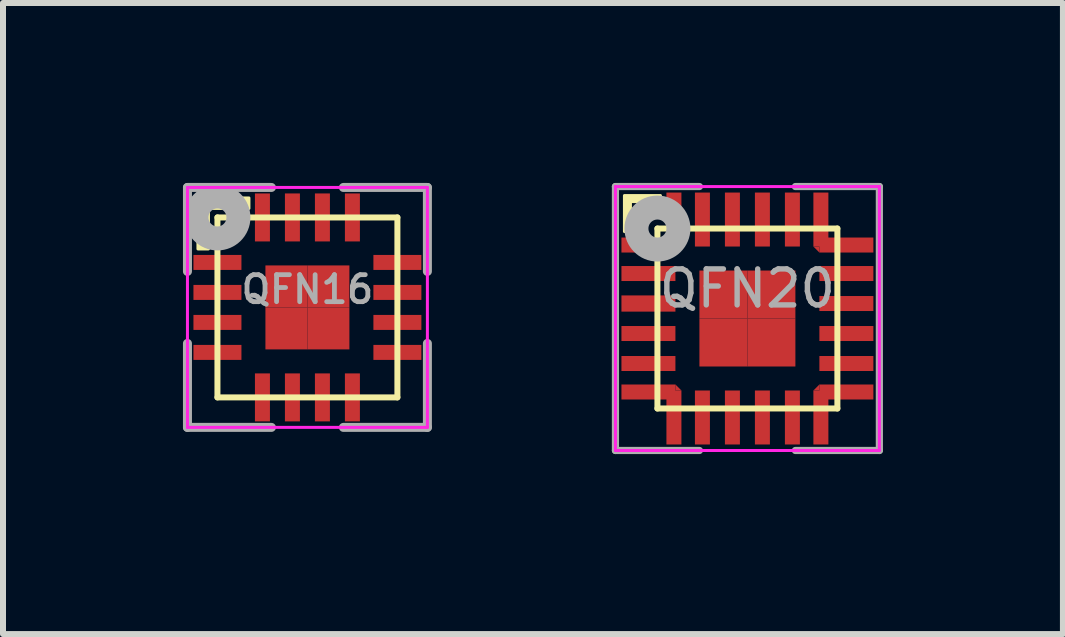
<source format=kicad_pcb>
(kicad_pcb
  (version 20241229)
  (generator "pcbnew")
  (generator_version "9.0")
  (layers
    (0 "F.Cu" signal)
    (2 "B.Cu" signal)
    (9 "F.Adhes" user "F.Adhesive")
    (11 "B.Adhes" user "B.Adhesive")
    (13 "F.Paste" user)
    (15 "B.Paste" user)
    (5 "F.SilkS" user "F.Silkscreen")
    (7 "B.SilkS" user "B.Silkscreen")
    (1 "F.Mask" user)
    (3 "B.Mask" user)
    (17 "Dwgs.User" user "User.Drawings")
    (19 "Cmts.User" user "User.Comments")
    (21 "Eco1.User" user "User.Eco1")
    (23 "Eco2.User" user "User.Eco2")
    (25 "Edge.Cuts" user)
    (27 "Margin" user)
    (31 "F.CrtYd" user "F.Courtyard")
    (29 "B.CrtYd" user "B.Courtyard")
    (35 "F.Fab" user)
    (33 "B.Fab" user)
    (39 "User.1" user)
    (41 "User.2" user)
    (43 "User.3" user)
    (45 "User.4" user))
  (footprint "QFN20"
    (layer "F.Cu")
    (at 9.41 2.26)
    (property "Reference" "QFN20" (at 0 -0.5 0) (layer "F.Fab") (effects (font (size 0.6 0.6) (thickness 0.09))))
    (attr smd)
    (fp_line (start -1.5 -1.5) (end 1.5 -1.5) (stroke (width 0.1) (type solid)) (layer "F.SilkS"))
    (fp_line (start -1.5 1.5) (end -1.5 -1.5) (stroke (width 0.1) (type solid)) (layer "F.SilkS"))
    (fp_line (start 1.5 -1.5) (end 1.5 1.5) (stroke (width 0.1) (type solid)) (layer "F.SilkS"))
    (fp_line (start 1.5 1.5) (end -1.5 1.5) (stroke (width 0.1) (type solid)) (layer "F.SilkS"))
    (fp_poly (pts (xy -1.45 -1.95) (xy -1.95 -1.95) (xy -1.95 -1.45) (xy -2.05 -1.45) (xy -2.05 -2.05) (xy -1.45 -2.05)) (stroke (width 0.05) (type solid)) (fill yes) (layer "F.SilkS"))
    (fp_line (start -2.2 -2.2) (end 2.2 -2.2) (stroke (width 0.05) (type solid)) (layer "F.CrtYd"))
    (fp_line (start -2.2 2.2) (end -2.2 -2.2) (stroke (width 0.05) (type solid)) (layer "F.CrtYd"))
    (fp_line (start 2.2 -2.2) (end 2.2 2.2) (stroke (width 0.05) (type solid)) (layer "F.CrtYd"))
    (fp_line (start 2.2 2.2) (end -2.2 2.2) (stroke (width 0.05) (type solid)) (layer "F.CrtYd"))
    (fp_line (start -2.2 -2.2) (end -2.2 2.2) (stroke (width 0.12) (type solid)) (layer "F.Fab"))
    (fp_line (start -2.2 2.2) (end -0.8 2.2) (stroke (width 0.12) (type solid)) (layer "F.Fab"))
    (fp_line (start -0.8 -2.2) (end -2.2 -2.2) (stroke (width 0.12) (type solid)) (layer "F.Fab"))
    (fp_line (start 0.8 2.2) (end 2.2 2.2) (stroke (width 0.12) (type solid)) (layer "F.Fab"))
    (fp_line (start 2.2 -2.2) (end 0.8 -2.2) (stroke (width 0.12) (type solid)) (layer "F.Fab"))
    (fp_line (start 2.2 2.2) (end 2.2 -2.2) (stroke (width 0.12) (type solid)) (layer "F.Fab"))
    (fp_circle (center -1.5 -1.5) (end -1.35 -1.5) (stroke (width 0.4) (type solid)) (fill no) (layer "F.Fab"))
    (pad "0" smd rect (at -0.4 -0.4) (size 0.8 0.8) (layers "F.Cu" "F.Mask" "F.Paste"))
    (pad "0" smd rect (at -0.4 0.4) (size 0.8 0.8) (layers "F.Cu" "F.Mask" "F.Paste"))
    (pad "0" smd rect (at 0.4 -0.4) (size 0.8 0.8) (layers "F.Cu" "F.Mask" "F.Paste"))
    (pad "0" smd rect (at 0.4 0.4) (size 0.8 0.8) (layers "F.Cu" "F.Mask" "F.Paste"))
    (pad "1" smd rect (at -1.65 -1.225) (size 0.9 0.25) (layers "F.Cu" "F.Mask" "F.Paste"))
    (pad "1" smd rect (at -1.225 -1.65 90) (size 0.9 0.25) (layers "F.Cu" "F.Mask" "F.Paste"))
    (pad "1" smd trapezoid (at -1.175 -1.175 45) (size 0.071 0.071) (rect_delta 0 0.071) (layers "F.Cu" "F.Mask" "F.Paste"))
    (pad "2" smd rect (at -1.65 -0.75) (size 0.9 0.25) (layers "F.Cu" "F.Mask" "F.Paste"))
    (pad "3" smd rect (at -1.65 -0.25) (size 0.9 0.27) (layers "F.Cu" "F.Mask" "F.Paste"))
    (pad "4" smd rect (at -1.65 0.25) (size 0.9 0.25) (layers "F.Cu" "F.Mask" "F.Paste"))
    (pad "5" smd rect (at -1.65 0.75) (size 0.9 0.25) (layers "F.Cu" "F.Mask" "F.Paste"))
    (pad "6" smd rect (at -1.65 1.225 180) (size 0.9 0.25) (layers "F.Cu" "F.Mask" "F.Paste"))
    (pad "6" smd rect (at -1.225 1.65 90) (size 0.9 0.25) (layers "F.Cu" "F.Mask" "F.Paste"))
    (pad "6" smd trapezoid (at -1.175 1.175 135) (size 0.071 0.071) (rect_delta 0 0.071) (layers "F.Cu" "F.Mask" "F.Paste"))
    (pad "7" smd rect (at -0.75 1.65 90) (size 0.9 0.25) (layers "F.Cu" "F.Mask" "F.Paste"))
    (pad "8" smd rect (at -0.25 1.65 90) (size 0.9 0.25) (layers "F.Cu" "F.Mask" "F.Paste"))
    (pad "9" smd rect (at 0.25 1.65 90) (size 0.9 0.25) (layers "F.Cu" "F.Mask" "F.Paste"))
    (pad "10" smd rect (at 0.75 1.65 90) (size 0.9 0.25) (layers "F.Cu" "F.Mask" "F.Paste"))
    (pad "11" smd trapezoid (at 1.175 1.175 225) (size 0.071 0.071) (rect_delta 0 0.071) (layers "F.Cu" "F.Mask" "F.Paste"))
    (pad "11" smd rect (at 1.225 1.65 270) (size 0.9 0.25) (layers "F.Cu" "F.Mask" "F.Paste"))
    (pad "11" smd rect (at 1.65 1.225 180) (size 0.9 0.25) (layers "F.Cu" "F.Mask" "F.Paste"))
    (pad "12" smd rect (at 1.65 0.75 180) (size 0.9 0.25) (layers "F.Cu" "F.Mask" "F.Paste"))
    (pad "13" smd rect (at 1.65 0.25 180) (size 0.9 0.25) (layers "F.Cu" "F.Mask" "F.Paste"))
    (pad "14" smd rect (at 1.65 -0.25 180) (size 0.9 0.25) (layers "F.Cu" "F.Mask" "F.Paste"))
    (pad "15" smd rect (at 1.65 -0.75 180) (size 0.9 0.25) (layers "F.Cu" "F.Mask" "F.Paste"))
    (pad "16" smd trapezoid (at 1.175 -1.175 315) (size 0.071 0.071) (rect_delta 0 0.071) (layers "F.Cu" "F.Mask" "F.Paste"))
    (pad "16" smd rect (at 1.225 -1.65 270) (size 0.9 0.25) (layers "F.Cu" "F.Mask" "F.Paste"))
    (pad "16" smd rect (at 1.65 -1.225) (size 0.9 0.25) (layers "F.Cu" "F.Mask" "F.Paste"))
    (pad "17" smd rect (at 0.75 -1.65 270) (size 0.9 0.25) (layers "F.Cu" "F.Mask" "F.Paste"))
    (pad "18" smd rect (at 0.25 -1.65 270) (size 0.9 0.25) (layers "F.Cu" "F.Mask" "F.Paste"))
    (pad "19" smd rect (at -0.25 -1.65 270) (size 0.9 0.25) (layers "F.Cu" "F.Mask" "F.Paste"))
    (pad "20" smd rect (at -0.75 -1.65 270) (size 0.9 0.25) (layers "F.Cu" "F.Mask" "F.Paste")))
  (footprint "QFN16"
    (layer "F.Cu")
    (at 2.075 2.075)
    (property "Reference" "QFN16" (at 0 -0.3 0) (layer "F.Fab") (effects (font (size 0.45 0.45) (thickness 0.08))))
    (attr smd)
    (fp_line (start -1.5 -1.5) (end 1.5 -1.5) (stroke (width 0.1) (type solid)) (layer "F.SilkS"))
    (fp_line (start -1.5 1.5) (end -1.5 -1.5) (stroke (width 0.1) (type solid)) (layer "F.SilkS"))
    (fp_line (start -1.5 1.5) (end 1.5 1.5) (stroke (width 0.1) (type solid)) (layer "F.SilkS"))
    (fp_line (start 1.5 1.5) (end 1.5 -1.5) (stroke (width 0.1) (type solid)) (layer "F.SilkS"))
    (fp_poly (pts (xy -0.975 -1.65) (xy -1.65 -1.65) (xy -1.65 -0.975) (xy -1.825 -0.975) (xy -1.825 -1.825) (xy -0.975 -1.825)) (stroke (width 0.05) (type solid)) (fill yes) (layer "F.SilkS"))
    (fp_line (start -2 2) (end -2 -2) (stroke (width 0.05) (type solid)) (layer "F.CrtYd"))
    (fp_line (start -2 2) (end 2 2) (stroke (width 0.05) (type solid)) (layer "F.CrtYd"))
    (fp_line (start 2 -2) (end -2 -2) (stroke (width 0.05) (type solid)) (layer "F.CrtYd"))
    (fp_line (start 2 -2) (end 2 2) (stroke (width 0.05) (type solid)) (layer "F.CrtYd"))
    (fp_line (start -2 -2) (end -2 -0.6) (stroke (width 0.15) (type solid)) (layer "F.Fab"))
    (fp_line (start -2 -2) (end -0.6 -2) (stroke (width 0.15) (type solid)) (layer "F.Fab"))
    (fp_line (start -2 2) (end -2 0.6) (stroke (width 0.15) (type solid)) (layer "F.Fab"))
    (fp_line (start -2 2) (end -0.6 2) (stroke (width 0.15) (type solid)) (layer "F.Fab"))
    (fp_line (start 2 -2) (end 0.6 -2) (stroke (width 0.15) (type solid)) (layer "F.Fab"))
    (fp_line (start 2 -2) (end 2 -0.6) (stroke (width 0.15) (type solid)) (layer "F.Fab"))
    (fp_line (start 2 2) (end 0.6 2) (stroke (width 0.15) (type solid)) (layer "F.Fab"))
    (fp_line (start 2 2) (end 2 0.6) (stroke (width 0.15) (type solid)) (layer "F.Fab"))
    (fp_circle (center -1.5 -1.5) (end -1.35 -1.5) (stroke (width 0.4) (type solid)) (fill no) (layer "F.Fab"))
    (pad "0" smd rect (at -0.35 -0.35) (size 0.7 0.7) (layers "F.Cu" "F.Mask" "F.Paste"))
    (pad "0" smd rect (at -0.35 0.35) (size 0.7 0.7) (layers "F.Cu" "F.Mask" "F.Paste"))
    (pad "0" smd rect (at 0.35 -0.35) (size 0.7 0.7) (layers "F.Cu" "F.Mask" "F.Paste"))
    (pad "0" smd rect (at 0.35 0.35) (size 0.7 0.7) (layers "F.Cu" "F.Mask" "F.Paste"))
    (pad "1" smd rect (at -1.5 -0.75) (size 0.8 0.25) (layers "F.Cu" "F.Mask" "F.Paste"))
    (pad "2" smd rect (at -1.5 -0.25) (size 0.8 0.25) (layers "F.Cu" "F.Mask" "F.Paste"))
    (pad "3" smd rect (at -1.5 0.25) (size 0.8 0.25) (layers "F.Cu" "F.Mask" "F.Paste"))
    (pad "4" smd rect (at -1.5 0.75) (size 0.8 0.25) (layers "F.Cu" "F.Mask" "F.Paste"))
    (pad "5" smd rect (at -0.75 1.5 90) (size 0.8 0.25) (layers "F.Cu" "F.Mask" "F.Paste"))
    (pad "6" smd rect (at -0.25 1.5 90) (size 0.8 0.25) (layers "F.Cu" "F.Mask" "F.Paste"))
    (pad "7" smd rect (at 0.25 1.5 90) (size 0.8 0.25) (layers "F.Cu" "F.Mask" "F.Paste"))
    (pad "8" smd rect (at 0.75 1.5 90) (size 0.8 0.25) (layers "F.Cu" "F.Mask" "F.Paste"))
    (pad "9" smd rect (at 1.5 0.75) (size 0.8 0.25) (layers "F.Cu" "F.Mask" "F.Paste"))
    (pad "10" smd rect (at 1.5 0.25) (size 0.8 0.25) (layers "F.Cu" "F.Mask" "F.Paste"))
    (pad "11" smd rect (at 1.5 -0.25) (size 0.8 0.25) (layers "F.Cu" "F.Mask" "F.Paste"))
    (pad "12" smd rect (at 1.5 -0.75) (size 0.8 0.25) (layers "F.Cu" "F.Mask" "F.Paste"))
    (pad "13" smd rect (at 0.75 -1.5 90) (size 0.8 0.25) (layers "F.Cu" "F.Mask" "F.Paste"))
    (pad "14" smd rect (at 0.25 -1.5 90) (size 0.8 0.25) (layers "F.Cu" "F.Mask" "F.Paste"))
    (pad "15" smd rect (at -0.25 -1.5 90) (size 0.8 0.25) (layers "F.Cu" "F.Mask" "F.Paste"))
    (pad "16" smd rect (at -0.75 -1.5 90) (size 0.8 0.25) (layers "F.Cu" "F.Mask" "F.Paste")))
  (gr_rect
    (start -3 -3)
    (end 14.67 7.52)
    (stroke (width 0.1) (type default))
    (fill no)
    (layer "Edge.Cuts")))
</source>
